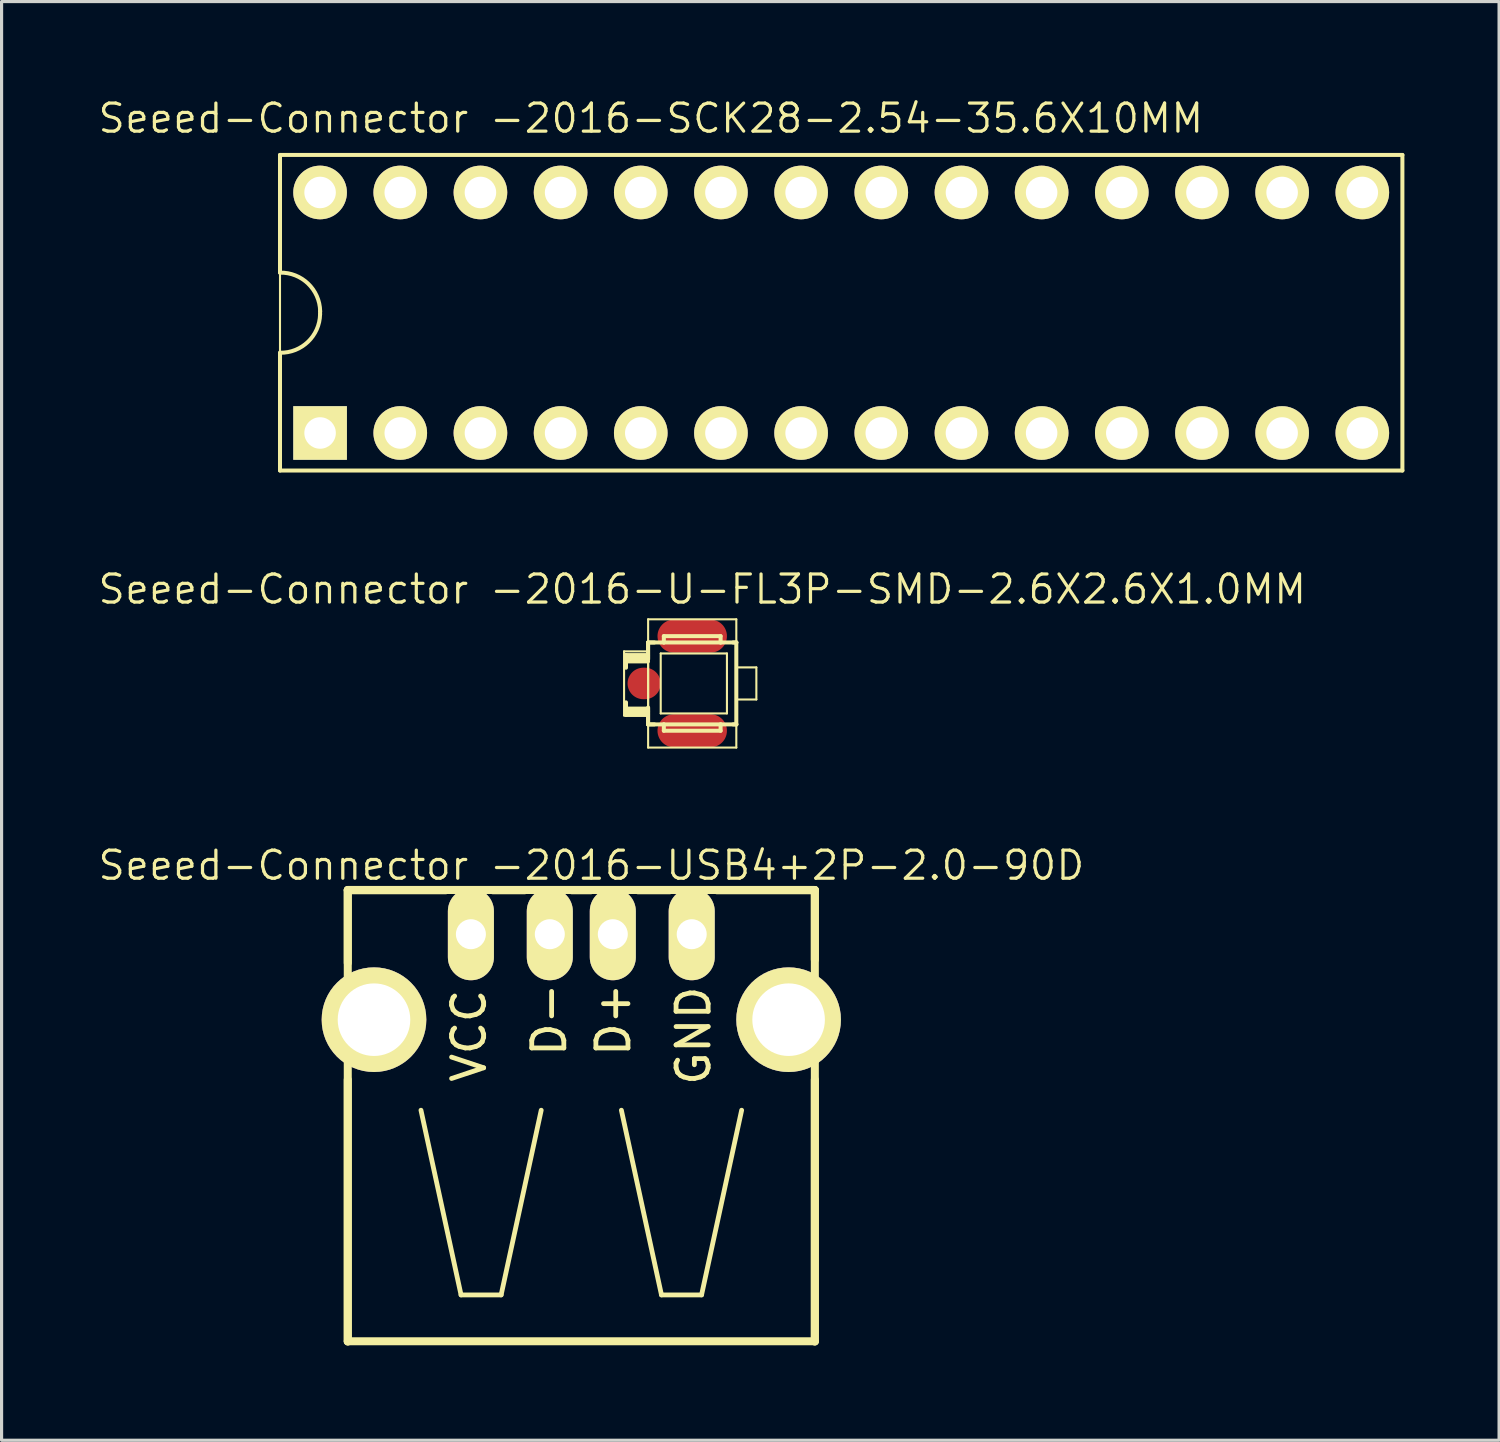
<source format=kicad_pcb>
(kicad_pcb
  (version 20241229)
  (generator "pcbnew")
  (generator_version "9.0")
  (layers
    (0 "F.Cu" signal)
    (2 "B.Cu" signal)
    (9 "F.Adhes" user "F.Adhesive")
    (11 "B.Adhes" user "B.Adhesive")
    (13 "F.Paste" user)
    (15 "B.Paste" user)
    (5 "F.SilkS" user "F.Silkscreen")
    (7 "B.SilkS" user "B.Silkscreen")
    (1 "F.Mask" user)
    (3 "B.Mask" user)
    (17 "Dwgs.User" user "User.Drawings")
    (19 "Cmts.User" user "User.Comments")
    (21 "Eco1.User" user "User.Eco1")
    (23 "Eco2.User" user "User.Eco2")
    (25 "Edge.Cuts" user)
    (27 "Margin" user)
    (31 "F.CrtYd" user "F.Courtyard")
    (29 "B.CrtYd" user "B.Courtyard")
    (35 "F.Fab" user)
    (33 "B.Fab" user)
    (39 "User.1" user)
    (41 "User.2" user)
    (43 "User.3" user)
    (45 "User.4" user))
  (footprint "Seeed-Connector -2016-U-FL3P-SMD-2.6X2.6X1.0MM"
    (layer "F.Cu")
    (at 18.881 18.603)
    (property "Reference" "Seeed-Connector -2016-U-FL3P-SMD-2.6X2.6X1.0MM" (at 0.318 -2.985 0) (layer "F.SilkS") (effects (font (size 0.889 0.889) (thickness 0.102))))
    (attr smd)
    (fp_line (start -2.159 -1.016) (end -1.397 -1.016) (stroke (width 0.066) (type solid)) (layer "F.SilkS"))
    (fp_line (start -2.159 1.016) (end -2.159 -1.016) (stroke (width 0.066) (type solid)) (layer "F.SilkS"))
    (fp_line (start -2.159 1.016) (end -1.397 1.016) (stroke (width 0.066) (type solid)) (layer "F.SilkS"))
    (fp_line (start -2.098 -0.899) (end -2.098 -0.798) (stroke (width 0.127) (type solid)) (layer "F.SilkS"))
    (fp_line (start -2.098 -0.798) (end -2.098 -0.699) (stroke (width 0.127) (type solid)) (layer "F.SilkS"))
    (fp_line (start -2.098 -0.699) (end -2.098 -0.498) (stroke (width 0.127) (type solid)) (layer "F.SilkS"))
    (fp_line (start -2.098 -0.699) (end -1.4 -0.699) (stroke (width 0.127) (type solid)) (layer "F.SilkS"))
    (fp_line (start -2.098 0.599) (end -2.098 0.798) (stroke (width 0.127) (type solid)) (layer "F.SilkS"))
    (fp_line (start -2.098 0.798) (end -2.098 0.899) (stroke (width 0.127) (type solid)) (layer "F.SilkS"))
    (fp_line (start -2.098 0.899) (end -2.098 0.998) (stroke (width 0.127) (type solid)) (layer "F.SilkS"))
    (fp_line (start -2.098 0.899) (end -1.4 0.899) (stroke (width 0.127) (type solid)) (layer "F.SilkS"))
    (fp_line (start -2.098 0.998) (end -1.4 0.998) (stroke (width 0.127) (type solid)) (layer "F.SilkS"))
    (fp_line (start -1.4 -1.298) (end -1.4 -0.899) (stroke (width 0.127) (type solid)) (layer "F.SilkS"))
    (fp_line (start -1.4 -0.899) (end -2.098 -0.899) (stroke (width 0.127) (type solid)) (layer "F.SilkS"))
    (fp_line (start -1.4 -0.899) (end -1.4 -0.798) (stroke (width 0.127) (type solid)) (layer "F.SilkS"))
    (fp_line (start -1.4 -0.798) (end -2.098 -0.798) (stroke (width 0.127) (type solid)) (layer "F.SilkS"))
    (fp_line (start -1.4 0.798) (end -2.098 0.798) (stroke (width 0.127) (type solid)) (layer "F.SilkS"))
    (fp_line (start -1.4 0.899) (end -1.4 0.798) (stroke (width 0.127) (type solid)) (layer "F.SilkS"))
    (fp_line (start -1.4 0.998) (end -1.4 0.899) (stroke (width 0.127) (type solid)) (layer "F.SilkS"))
    (fp_line (start -1.4 0.998) (end -1.4 1.298) (stroke (width 0.127) (type solid)) (layer "F.SilkS"))
    (fp_line (start -1.4 1.298) (end -1.199 1.298) (stroke (width 0.127) (type solid)) (layer "F.SilkS"))
    (fp_line (start -1.397 -2.032) (end 1.397 -2.032) (stroke (width 0.066) (type solid)) (layer "F.SilkS"))
    (fp_line (start -1.397 -1.298) (end -1.397 -0.762) (stroke (width 0.127) (type solid)) (layer "F.SilkS"))
    (fp_line (start -1.397 -1.298) (end -0.899 -1.298) (stroke (width 0.127) (type solid)) (layer "F.SilkS"))
    (fp_line (start -1.397 1.016) (end -1.397 -1.016) (stroke (width 0.066) (type solid)) (layer "F.SilkS"))
    (fp_line (start -1.397 1.298) (end -1.397 0.762) (stroke (width 0.127) (type solid)) (layer "F.SilkS"))
    (fp_line (start -1.397 2.032) (end -1.397 -2.032) (stroke (width 0.066) (type solid)) (layer "F.SilkS"))
    (fp_line (start -1.397 2.032) (end 1.397 2.032) (stroke (width 0.066) (type solid)) (layer "F.SilkS"))
    (fp_line (start -1.199 -1.298) (end -1.4 -1.298) (stroke (width 0.127) (type solid)) (layer "F.SilkS"))
    (fp_line (start -0.998 -0.95) (end 1.1 -0.95) (stroke (width 0.066) (type solid)) (layer "F.SilkS"))
    (fp_line (start -0.998 0.95) (end -0.998 -0.95) (stroke (width 0.066) (type solid)) (layer "F.SilkS"))
    (fp_line (start -0.998 0.95) (end 1.1 0.95) (stroke (width 0.066) (type solid)) (layer "F.SilkS"))
    (fp_line (start -0.899 -1.499) (end 0.899 -1.499) (stroke (width 0.127) (type solid)) (layer "F.SilkS"))
    (fp_line (start -0.899 -1.298) (end -0.899 -1.499) (stroke (width 0.127) (type solid)) (layer "F.SilkS"))
    (fp_line (start -0.899 -1.298) (end 0.899 -1.298) (stroke (width 0.127) (type solid)) (layer "F.SilkS"))
    (fp_line (start -0.899 1.298) (end -1.397 1.298) (stroke (width 0.127) (type solid)) (layer "F.SilkS"))
    (fp_line (start -0.899 1.499) (end -0.899 1.298) (stroke (width 0.127) (type solid)) (layer "F.SilkS"))
    (fp_line (start 0.899 -1.499) (end 0.899 -1.298) (stroke (width 0.127) (type solid)) (layer "F.SilkS"))
    (fp_line (start 0.899 -1.298) (end 1.397 -1.298) (stroke (width 0.127) (type solid)) (layer "F.SilkS"))
    (fp_line (start 0.899 1.298) (end -0.899 1.298) (stroke (width 0.127) (type solid)) (layer "F.SilkS"))
    (fp_line (start 0.899 1.298) (end 0.899 1.499) (stroke (width 0.127) (type solid)) (layer "F.SilkS"))
    (fp_line (start 0.899 1.499) (end -0.899 1.499) (stroke (width 0.127) (type solid)) (layer "F.SilkS"))
    (fp_line (start 1.1 0.95) (end 1.1 -0.95) (stroke (width 0.066) (type solid)) (layer "F.SilkS"))
    (fp_line (start 1.397 -1.298) (end 1.397 1.298) (stroke (width 0.127) (type solid)) (layer "F.SilkS"))
    (fp_line (start 1.397 -0.508) (end 2.032 -0.508) (stroke (width 0.066) (type solid)) (layer "F.SilkS"))
    (fp_line (start 1.397 0.508) (end 1.397 -0.508) (stroke (width 0.066) (type solid)) (layer "F.SilkS"))
    (fp_line (start 1.397 0.508) (end 2.032 0.508) (stroke (width 0.066) (type solid)) (layer "F.SilkS"))
    (fp_line (start 1.397 1.298) (end 0.899 1.298) (stroke (width 0.127) (type solid)) (layer "F.SilkS"))
    (fp_line (start 1.397 2.032) (end 1.397 -2.032) (stroke (width 0.066) (type solid)) (layer "F.SilkS"))
    (fp_line (start 1.4 -1.298) (end 1.298 -1.298) (stroke (width 0.127) (type solid)) (layer "F.SilkS"))
    (fp_line (start 1.4 1.298) (end 1.298 1.298) (stroke (width 0.127) (type solid)) (layer "F.SilkS"))
    (fp_line (start 2.032 0.508) (end 2.032 -0.508) (stroke (width 0.066) (type solid)) (layer "F.SilkS"))
    (pad "D" smd oval (at -1.524 0 180) (size 1.049 0.998) (layers "F.Cu" "F.Mask" "F.Paste"))
    (pad "GND1" smd oval (at 0 -1.499) (size 2.2 1.049) (layers "F.Cu" "F.Mask" "F.Paste"))
    (pad "GND2" smd oval (at 0 1.499) (size 2.2 1.049) (layers "F.Cu" "F.Mask" "F.Paste")))
  (footprint "Seeed-Connector -2016-SCK28-2.54-35.6X10MM"
    (layer "F.Cu")
    (at 23.601 6.858)
    (property "Reference" "Seeed-Connector -2016-SCK28-2.54-35.6X10MM" (at -6.032 -6.16 0) (layer "F.SilkS") (effects (font (size 0.889 0.889) (thickness 0.102))))
    (attr exclude_from_pos_files exclude_from_bom)
    (fp_line (start -17.78 -4.999) (end 17.78 -4.999) (stroke (width 0.066) (type solid)) (layer "F.SilkS"))
    (fp_line (start -17.78 -4.999) (end 17.78 -4.999) (stroke (width 0.127) (type solid)) (layer "F.SilkS"))
    (fp_line (start -17.78 -1.27) (end -17.78 -4.999) (stroke (width 0.127) (type solid)) (layer "F.SilkS"))
    (fp_line (start -17.78 4.999) (end -17.78 -4.999) (stroke (width 0.066) (type solid)) (layer "F.SilkS"))
    (fp_line (start -17.78 4.999) (end -17.78 1.27) (stroke (width 0.127) (type solid)) (layer "F.SilkS"))
    (fp_line (start -17.78 4.999) (end 17.78 4.999) (stroke (width 0.066) (type solid)) (layer "F.SilkS"))
    (fp_line (start -16.51 -0.048) (end -16.51 0.048) (stroke (width 0.127) (type solid)) (layer "F.SilkS"))
    (fp_line (start 17.78 -4.999) (end 17.78 4.999) (stroke (width 0.127) (type solid)) (layer "F.SilkS"))
    (fp_line (start 17.78 4.999) (end -17.78 4.999) (stroke (width 0.127) (type solid)) (layer "F.SilkS"))
    (fp_line (start 17.78 4.999) (end 17.78 -4.999) (stroke (width 0.066) (type solid)) (layer "F.SilkS"))
    (fp_arc (start -17.78 -1.27) (mid -16.890699 -0.922682) (end -16.50746 -0.04826) (stroke (width 0.127) (type solid)) (layer "F.SilkS"))
    (fp_arc (start -16.51 0.04826) (mid -16.892495 0.920886) (end -17.78 1.26746) (stroke (width 0.127) (type solid)) (layer "F.SilkS"))
    (pad "1" thru_hole rect (at -16.51 3.81) (size 1.699 1.699) (drill 0.998) (layers "*.Cu" "F.Mask" "F.SilkS" "F.Paste"))
    (pad "2" thru_hole circle (at -13.97 3.81) (size 1.699 1.699) (drill 0.998) (layers "*.Cu" "F.Mask" "F.SilkS" "F.Paste"))
    (pad "3" thru_hole circle (at -11.43 3.81) (size 1.699 1.699) (drill 0.998) (layers "*.Cu" "F.Mask" "F.SilkS" "F.Paste"))
    (pad "4" thru_hole circle (at -8.89 3.81) (size 1.699 1.699) (drill 0.998) (layers "*.Cu" "F.Mask" "F.SilkS" "F.Paste"))
    (pad "5" thru_hole circle (at -6.35 3.81) (size 1.699 1.699) (drill 0.998) (layers "*.Cu" "F.Mask" "F.SilkS" "F.Paste"))
    (pad "6" thru_hole circle (at -3.81 3.81) (size 1.699 1.699) (drill 0.998) (layers "*.Cu" "F.Mask" "F.SilkS" "F.Paste"))
    (pad "7" thru_hole circle (at -1.27 3.81) (size 1.699 1.699) (drill 0.998) (layers "*.Cu" "F.Mask" "F.SilkS" "F.Paste"))
    (pad "8" thru_hole circle (at 1.27 3.81) (size 1.699 1.699) (drill 0.998) (layers "*.Cu" "F.Mask" "F.SilkS" "F.Paste"))
    (pad "9" thru_hole circle (at 3.81 3.81) (size 1.699 1.699) (drill 0.998) (layers "*.Cu" "F.Mask" "F.SilkS" "F.Paste"))
    (pad "10" thru_hole circle (at 6.35 3.81) (size 1.699 1.699) (drill 0.998) (layers "*.Cu" "F.Mask" "F.SilkS" "F.Paste"))
    (pad "11" thru_hole circle (at 8.89 3.81) (size 1.699 1.699) (drill 0.998) (layers "*.Cu" "F.Mask" "F.SilkS" "F.Paste"))
    (pad "12" thru_hole circle (at 11.43 3.81) (size 1.699 1.699) (drill 0.998) (layers "*.Cu" "F.Mask" "F.SilkS" "F.Paste"))
    (pad "13" thru_hole circle (at 13.97 3.81) (size 1.699 1.699) (drill 0.998) (layers "*.Cu" "F.Mask" "F.SilkS" "F.Paste"))
    (pad "14" thru_hole circle (at 16.51 3.81) (size 1.699 1.699) (drill 0.998) (layers "*.Cu" "F.Mask" "F.SilkS" "F.Paste"))
    (pad "15" thru_hole circle (at 16.51 -3.81) (size 1.699 1.699) (drill 0.998) (layers "*.Cu" "F.Mask" "F.SilkS" "F.Paste"))
    (pad "16" thru_hole circle (at 13.97 -3.81) (size 1.699 1.699) (drill 0.998) (layers "*.Cu" "F.Mask" "F.SilkS" "F.Paste"))
    (pad "17" thru_hole circle (at 11.43 -3.81) (size 1.699 1.699) (drill 0.998) (layers "*.Cu" "F.Mask" "F.SilkS" "F.Paste"))
    (pad "18" thru_hole circle (at 8.89 -3.81) (size 1.699 1.699) (drill 0.998) (layers "*.Cu" "F.Mask" "F.SilkS" "F.Paste"))
    (pad "19" thru_hole circle (at 6.35 -3.81) (size 1.699 1.699) (drill 0.998) (layers "*.Cu" "F.Mask" "F.SilkS" "F.Paste"))
    (pad "20" thru_hole circle (at 3.81 -3.81) (size 1.699 1.699) (drill 0.998) (layers "*.Cu" "F.Mask" "F.SilkS" "F.Paste"))
    (pad "21" thru_hole circle (at 1.27 -3.81) (size 1.699 1.699) (drill 0.998) (layers "*.Cu" "F.Mask" "F.SilkS" "F.Paste"))
    (pad "22" thru_hole circle (at -1.27 -3.81) (size 1.699 1.699) (drill 0.998) (layers "*.Cu" "F.Mask" "F.SilkS" "F.Paste"))
    (pad "23" thru_hole circle (at -3.81 -3.81) (size 1.699 1.699) (drill 0.998) (layers "*.Cu" "F.Mask" "F.SilkS" "F.Paste"))
    (pad "24" thru_hole circle (at -6.35 -3.81) (size 1.699 1.699) (drill 0.998) (layers "*.Cu" "F.Mask" "F.SilkS" "F.Paste"))
    (pad "25" thru_hole circle (at -8.89 -3.81) (size 1.699 1.699) (drill 0.998) (layers "*.Cu" "F.Mask" "F.SilkS" "F.Paste"))
    (pad "26" thru_hole circle (at -11.43 -3.81) (size 1.699 1.699) (drill 0.998) (layers "*.Cu" "F.Mask" "F.SilkS" "F.Paste"))
    (pad "27" thru_hole circle (at -13.97 -3.81) (size 1.699 1.699) (drill 0.998) (layers "*.Cu" "F.Mask" "F.SilkS" "F.Paste"))
    (pad "28" thru_hole circle (at -16.51 -3.81) (size 1.699 1.699) (drill 0.998) (layers "*.Cu" "F.Mask" "F.SilkS" "F.Paste")))
  (footprint "Seeed-Connector -2016-USB4+2P-2.0-90D"
    (layer "F.Cu")
    (at 15.367 29.256)
    (property "Reference" "Seeed-Connector -2016-USB4+2P-2.0-90D" (at 0.318 -4.889 0) (layer "F.SilkS") (effects (font (size 0.889 0.889) (thickness 0.102))))
    (attr exclude_from_pos_files exclude_from_bom)
    (fp_line (start -7.399 -4.11) (end -7.399 10.188) (stroke (width 0.254) (type solid)) (layer "F.SilkS"))
    (fp_line (start -7.399 -4.1) (end -7.399 -1.798) (stroke (width 0.254) (type solid)) (layer "F.SilkS"))
    (fp_line (start -7.399 10.188) (end 7.399 10.188) (stroke (width 0.254) (type solid)) (layer "F.SilkS"))
    (fp_line (start -7.399 10.198) (end -7.399 1.9) (stroke (width 0.254) (type solid)) (layer "F.SilkS"))
    (fp_line (start -5.08 2.868) (end -3.81 8.72) (stroke (width 0.152) (type solid)) (layer "F.SilkS"))
    (fp_line (start -4.298 -4.1) (end -7.399 -4.1) (stroke (width 0.254) (type solid)) (layer "F.SilkS"))
    (fp_line (start -3.81 8.72) (end -2.54 8.72) (stroke (width 0.152) (type solid)) (layer "F.SilkS"))
    (fp_line (start -2.799 -4.1) (end -1.798 -4.1) (stroke (width 0.254) (type solid)) (layer "F.SilkS"))
    (fp_line (start -2.54 8.72) (end -1.27 2.868) (stroke (width 0.152) (type solid)) (layer "F.SilkS"))
    (fp_line (start -0.3 -4.1) (end 0.3 -4.1) (stroke (width 0.254) (type solid)) (layer "F.SilkS"))
    (fp_line (start 1.27 2.868) (end 2.54 8.72) (stroke (width 0.152) (type solid)) (layer "F.SilkS"))
    (fp_line (start 1.798 -4.1) (end 2.799 -4.1) (stroke (width 0.254) (type solid)) (layer "F.SilkS"))
    (fp_line (start 2.54 8.72) (end 3.81 8.72) (stroke (width 0.152) (type solid)) (layer "F.SilkS"))
    (fp_line (start 3.81 8.72) (end 5.08 2.868) (stroke (width 0.152) (type solid)) (layer "F.SilkS"))
    (fp_line (start 4.298 -4.1) (end 7.399 -4.1) (stroke (width 0.254) (type solid)) (layer "F.SilkS"))
    (fp_line (start 7.399 -4.11) (end -7.399 -4.11) (stroke (width 0.254) (type solid)) (layer "F.SilkS"))
    (fp_line (start 7.399 -4.1) (end 7.399 -1.9) (stroke (width 0.254) (type solid)) (layer "F.SilkS"))
    (fp_line (start 7.399 1.9) (end 7.399 10.198) (stroke (width 0.254) (type solid)) (layer "F.SilkS"))
    (fp_line (start 7.399 10.188) (end 7.399 -4.11) (stroke (width 0.254) (type solid)) (layer "F.SilkS"))
    (fp_text user "D+" (at 1.016 0 270) (layer "F.SilkS") (effects (font (size 1.016 1.016) (thickness 0.152))))
    (fp_text user "GND" (at 3.556 0.508 270) (layer "F.SilkS") (effects (font (size 1.016 1.016) (thickness 0.152))))
    (fp_text user "D-" (at -1.016 0 270) (layer "F.SilkS") (effects (font (size 1.016 1.016) (thickness 0.152))))
    (fp_text user "VCC" (at -3.556 0.508 270) (layer "F.SilkS") (effects (font (size 1.016 1.016) (thickness 0.152))))
    (pad "1" thru_hole oval (at -3.498 -2.708 180) (size 1.458 2.916) (drill 0.95) (layers "*.Cu" "F.Mask" "F.SilkS" "F.Paste"))
    (pad "2" thru_hole oval (at -0.998 -2.708 180) (size 1.458 2.916) (drill 0.95) (layers "*.Cu" "F.Mask" "F.SilkS" "F.Paste"))
    (pad "3" thru_hole oval (at 0.998 -2.708 180) (size 1.458 2.916) (drill 0.95) (layers "*.Cu" "F.Mask" "F.SilkS" "F.Paste"))
    (pad "4" thru_hole oval (at 3.498 -2.708 180) (size 1.458 2.916) (drill 0.95) (layers "*.Cu" "F.Mask" "F.SilkS" "F.Paste"))
    (pad "SG1" thru_hole circle (at -6.568 0 180) (size 3.315 3.315) (drill 2.299) (layers "*.Cu" "F.Mask" "F.SilkS" "F.Paste"))
    (pad "SG2" thru_hole circle (at 6.568 0 180) (size 3.315 3.315) (drill 2.299) (layers "*.Cu" "F.Mask" "F.SilkS" "F.Paste")))
  (gr_rect
    (start -3 -3)
    (end 44.444 42.581)
    (stroke (width 0.1) (type default))
    (fill no)
    (layer "Edge.Cuts")))
</source>
